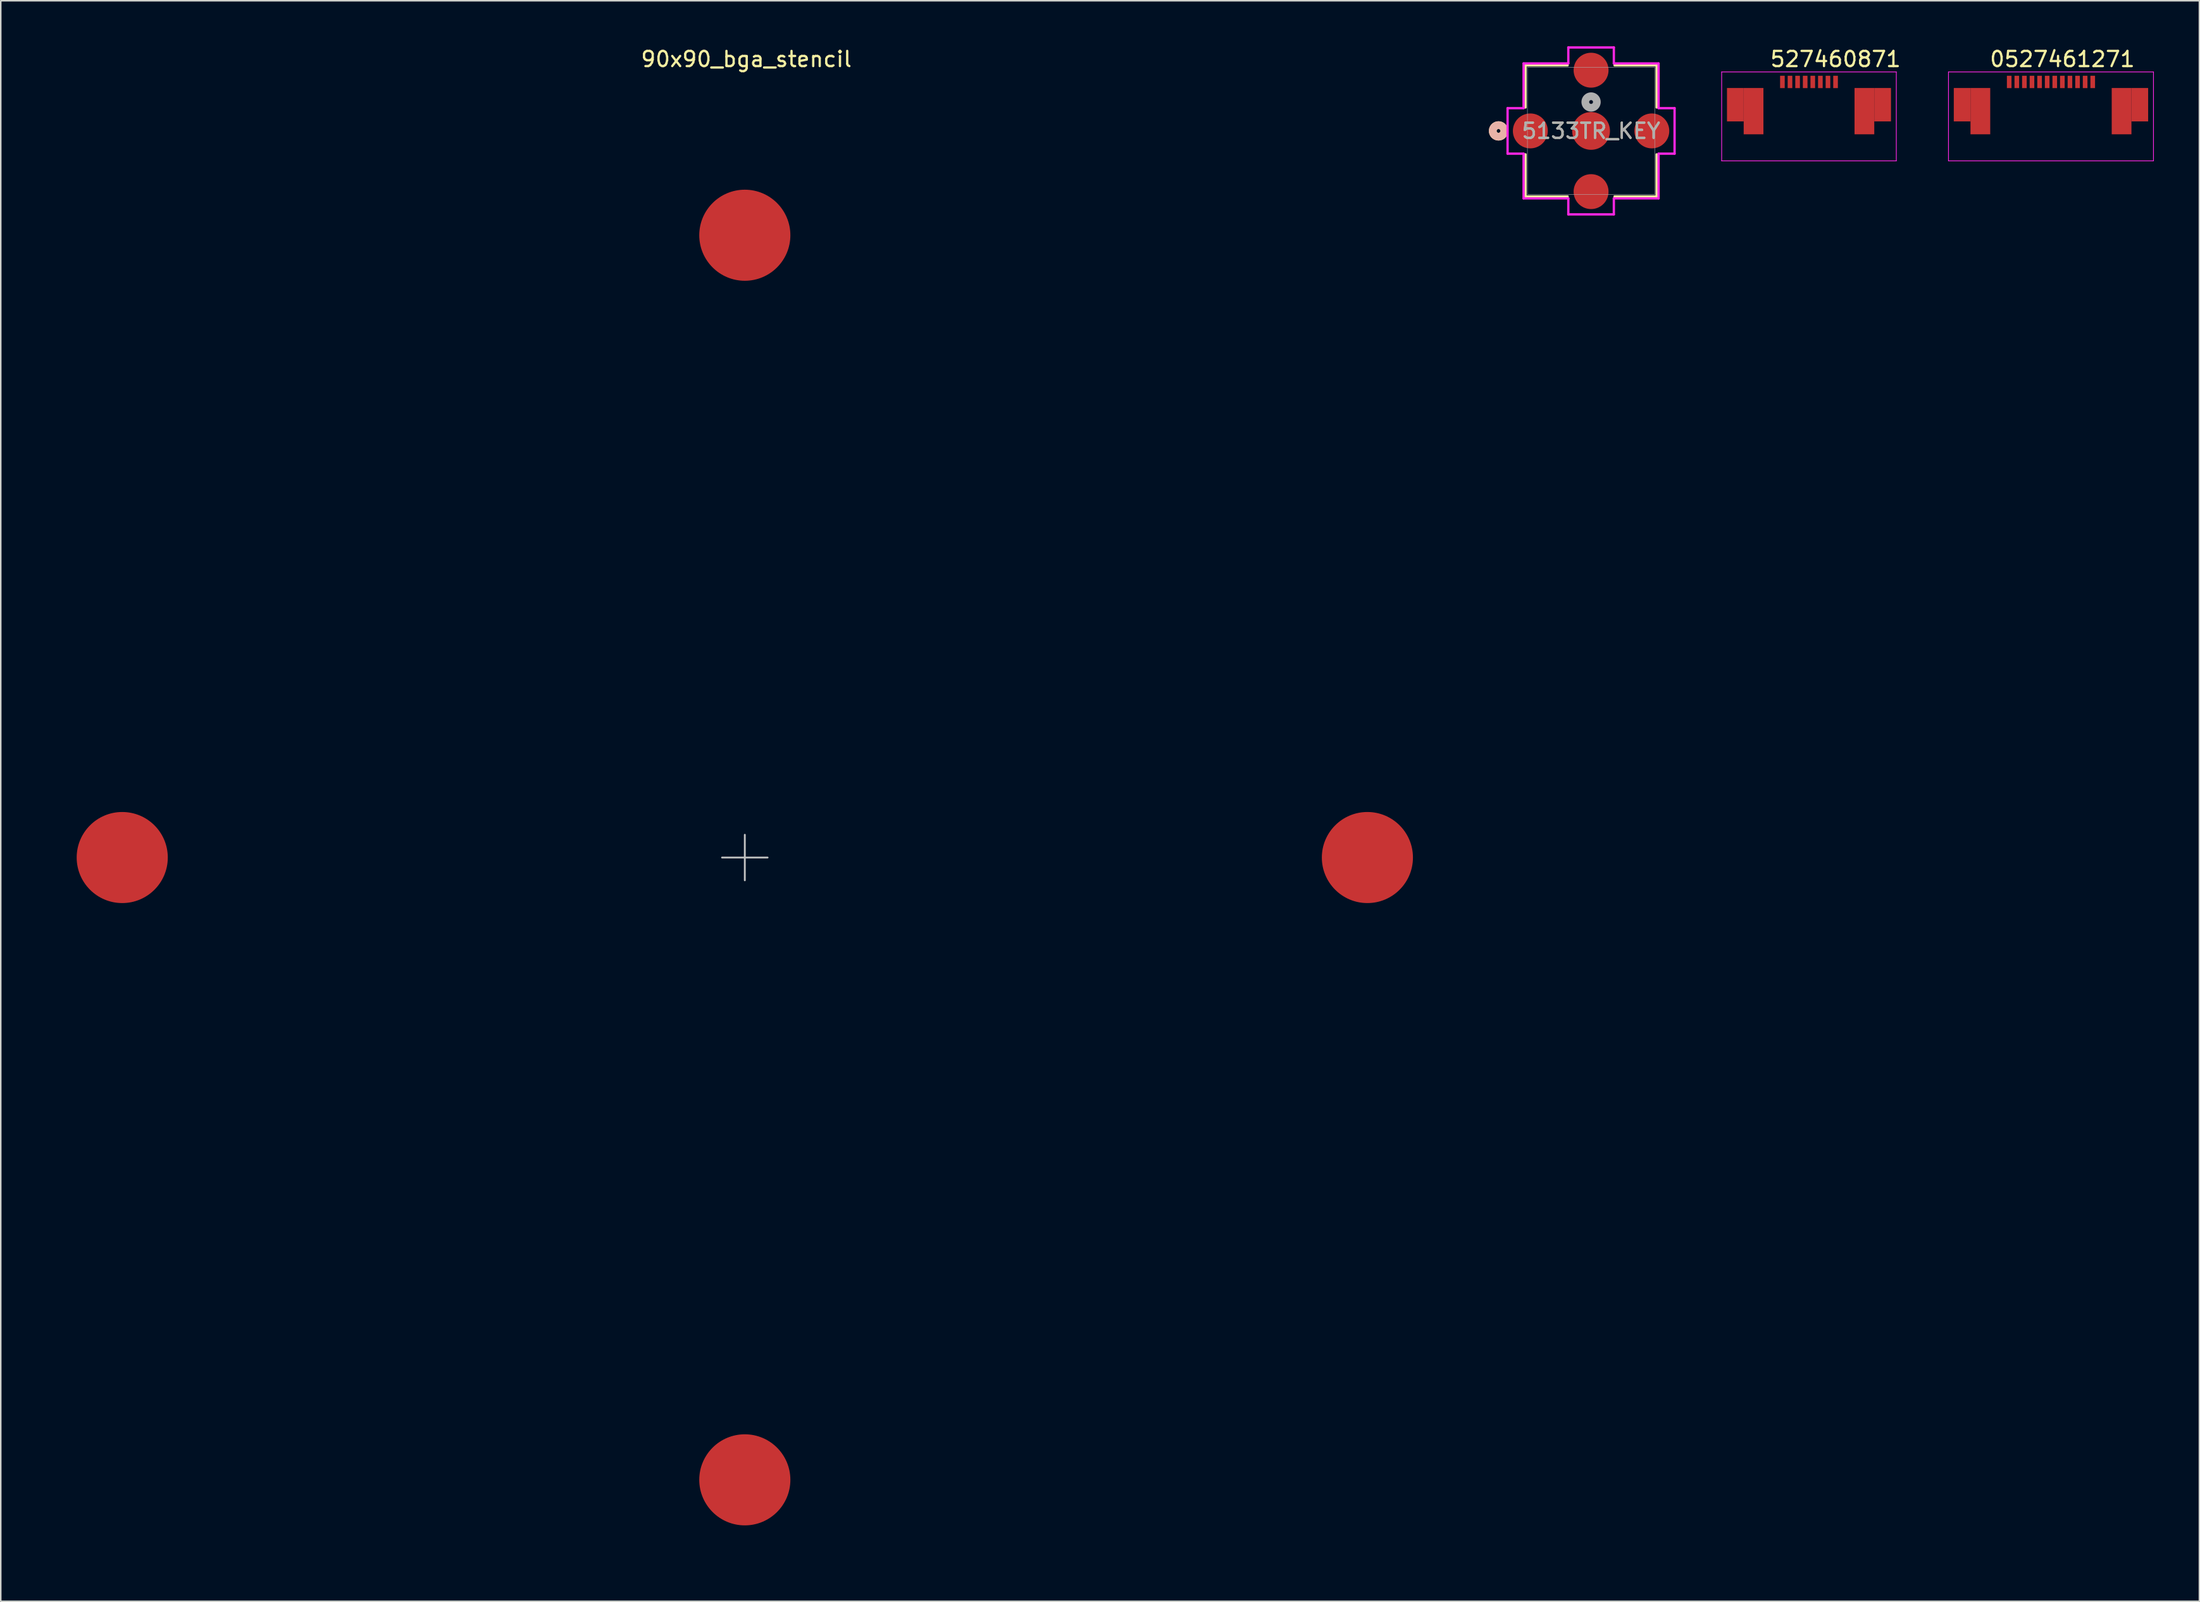
<source format=kicad_pcb>
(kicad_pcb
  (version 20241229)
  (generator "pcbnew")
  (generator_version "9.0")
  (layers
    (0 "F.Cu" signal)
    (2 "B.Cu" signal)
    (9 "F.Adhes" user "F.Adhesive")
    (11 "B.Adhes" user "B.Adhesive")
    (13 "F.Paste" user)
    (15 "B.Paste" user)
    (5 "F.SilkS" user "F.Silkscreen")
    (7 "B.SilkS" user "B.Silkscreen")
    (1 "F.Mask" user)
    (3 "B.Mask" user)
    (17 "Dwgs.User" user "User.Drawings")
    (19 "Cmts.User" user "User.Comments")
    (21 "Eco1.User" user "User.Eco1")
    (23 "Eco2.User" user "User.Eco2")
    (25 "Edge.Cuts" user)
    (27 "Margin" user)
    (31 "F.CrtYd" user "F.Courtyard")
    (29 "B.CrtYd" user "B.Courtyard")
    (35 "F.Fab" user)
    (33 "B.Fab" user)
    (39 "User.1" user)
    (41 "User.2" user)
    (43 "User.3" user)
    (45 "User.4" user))
  (footprint "527460871"
    (layer "F.Cu")
    (at 114.331 2.348)
    (property "Reference" "527460871" (at 3.5 -1.5 0) (layer "F.SilkS") (effects (font (size 1 1) (thickness 0.15))))
    (attr smd)
    (fp_line (start -4 -0.66) (end -4 5.2) (stroke (width 0.05) (type solid)) (layer "F.CrtYd"))
    (fp_line (start -4 5.2) (end 7.5 5.2) (stroke (width 0.05) (type solid)) (layer "F.CrtYd"))
    (fp_line (start 7.5 -0.66) (end -4 -0.66) (stroke (width 0.05) (type solid)) (layer "F.CrtYd"))
    (fp_line (start 7.5 5.2) (end 7.5 -0.66) (stroke (width 0.05) (type solid)) (layer "F.CrtYd"))
    (pad "1" smd rect (at 0.000001 0) (size 0.305 0.813) (layers "F.Cu" "F.Mask" "F.Paste"))
    (pad "2" smd rect (at 0.5 0) (size 0.305 0.813) (layers "F.Cu" "F.Mask" "F.Paste"))
    (pad "3" smd rect (at 1 0) (size 0.305 0.813) (layers "F.Cu" "F.Mask" "F.Paste"))
    (pad "4" smd rect (at 1.5 0) (size 0.305 0.813) (layers "F.Cu" "F.Mask" "F.Paste"))
    (pad "5" smd rect (at 2 0) (size 0.305 0.813) (layers "F.Cu" "F.Mask" "F.Paste"))
    (pad "6" smd rect (at 2.5 0) (size 0.305 0.813) (layers "F.Cu" "F.Mask" "F.Paste"))
    (pad "7" smd rect (at 3 0) (size 0.305 0.813) (layers "F.Cu" "F.Mask" "F.Paste"))
    (pad "8" smd rect (at 3.5 0) (size 0.305 0.813) (layers "F.Cu" "F.Mask" "F.Paste"))
    (pad "MP1" smd rect (at -3.1 1.5) (size 1.1 2.2) (layers "F.Cu" "F.Mask" "F.Paste"))
    (pad "MP1" smd rect (at -1.9 1.925) (size 1.3 3.05) (layers "F.Cu" "F.Mask" "F.Paste"))
    (pad "MP2" smd rect (at 5.4 1.925) (size 1.3 3.05) (layers "F.Cu" "F.Mask" "F.Paste"))
    (pad "MP2" smd rect (at 6.6 1.5) (size 1.1 2.2) (layers "F.Cu" "F.Mask" "F.Paste")))
  (footprint "0527461271"
    (layer "F.Cu")
    (at 129.267 2.348)
    (property "Reference" "0527461271" (at 3.5 -1.5 0) (layer "F.SilkS") (effects (font (size 1 1) (thickness 0.15))))
    (attr smd)
    (fp_line (start -4 -0.66) (end -4 5.2) (stroke (width 0.05) (type solid)) (layer "F.CrtYd"))
    (fp_line (start -4 5.2) (end 9.5 5.2) (stroke (width 0.05) (type solid)) (layer "F.CrtYd"))
    (fp_line (start 9.5 -0.66) (end -4 -0.66) (stroke (width 0.05) (type solid)) (layer "F.CrtYd"))
    (fp_line (start 9.5 5.2) (end 9.5 -0.66) (stroke (width 0.05) (type solid)) (layer "F.CrtYd"))
    (pad "1" smd rect (at 0.000001 0) (size 0.305 0.813) (layers "F.Cu" "F.Mask" "F.Paste"))
    (pad "2" smd rect (at 0.5 0) (size 0.305 0.813) (layers "F.Cu" "F.Mask" "F.Paste"))
    (pad "3" smd rect (at 1 0) (size 0.305 0.813) (layers "F.Cu" "F.Mask" "F.Paste"))
    (pad "4" smd rect (at 1.5 0) (size 0.305 0.813) (layers "F.Cu" "F.Mask" "F.Paste"))
    (pad "5" smd rect (at 2 0) (size 0.305 0.813) (layers "F.Cu" "F.Mask" "F.Paste"))
    (pad "6" smd rect (at 2.5 0) (size 0.305 0.813) (layers "F.Cu" "F.Mask" "F.Paste"))
    (pad "7" smd rect (at 3 0) (size 0.305 0.813) (layers "F.Cu" "F.Mask" "F.Paste"))
    (pad "8" smd rect (at 3.5 0) (size 0.305 0.813) (layers "F.Cu" "F.Mask" "F.Paste"))
    (pad "9" smd rect (at 4 0) (size 0.305 0.813) (layers "F.Cu" "F.Mask" "F.Paste"))
    (pad "10" smd rect (at 4.5 0) (size 0.305 0.813) (layers "F.Cu" "F.Mask" "F.Paste"))
    (pad "11" smd rect (at 5 0) (size 0.305 0.813) (layers "F.Cu" "F.Mask" "F.Paste"))
    (pad "12" smd rect (at 5.5 0) (size 0.305 0.813) (layers "F.Cu" "F.Mask" "F.Paste"))
    (pad "MP1" smd rect (at -3.1 1.5) (size 1.1 2.2) (layers "F.Cu" "F.Mask" "F.Paste"))
    (pad "MP1" smd rect (at -1.9 1.925) (size 1.3 3.05) (layers "F.Cu" "F.Mask" "F.Paste"))
    (pad "MP2" smd rect (at 7.4 1.925) (size 1.3 3.05) (layers "F.Cu" "F.Mask" "F.Paste"))
    (pad "MP2" smd rect (at 8.6 1.5) (size 1.1 2.2) (layers "F.Cu" "F.Mask" "F.Paste")))
  (footprint "5133TR_KEY"
    (layer "F.Cu")
    (at 101.731 5.575)
    (property "Reference" "5133TR_KEY" (at 0 0 0) (unlocked yes) (layer "F.SilkS") (effects (font (size 1 1) (thickness 0.15))))
    (attr smd)
    (fp_line (start -4.318 -4.318) (end -4.318 -1.545) (stroke (width 0.152) (type solid)) (layer "F.SilkS"))
    (fp_line (start -4.318 1.545) (end -4.318 4.318) (stroke (width 0.152) (type solid)) (layer "F.SilkS"))
    (fp_line (start -4.318 4.318) (end -1.545 4.318) (stroke (width 0.152) (type solid)) (layer "F.SilkS"))
    (fp_line (start -1.545 -4.318) (end -4.318 -4.318) (stroke (width 0.152) (type solid)) (layer "F.SilkS"))
    (fp_line (start 1.545 4.318) (end 4.318 4.318) (stroke (width 0.152) (type solid)) (layer "F.SilkS"))
    (fp_line (start 4.318 -4.318) (end 1.545 -4.318) (stroke (width 0.152) (type solid)) (layer "F.SilkS"))
    (fp_line (start 4.318 -1.545) (end 4.318 -4.318) (stroke (width 0.152) (type solid)) (layer "F.SilkS"))
    (fp_line (start 4.318 4.318) (end 4.318 1.545) (stroke (width 0.152) (type solid)) (layer "F.SilkS"))
    (fp_arc (start -5.748645 0.156542) (mid -6.477 0) (end -5.748645 -0.156542) (stroke (width 0.508) (type solid)) (layer "F.SilkS"))
    (fp_circle (center -6.096 0) (end -5.715 0) (stroke (width 0.508) (type solid)) (fill no) (layer "B.SilkS"))
    (fp_line (start -5.499 -1.499) (end -5.499 1.499) (stroke (width 0.152) (type solid)) (layer "F.CrtYd"))
    (fp_line (start -5.499 1.499) (end -4.445 1.499) (stroke (width 0.152) (type solid)) (layer "F.CrtYd"))
    (fp_line (start -4.445 -4.445) (end -4.445 -1.499) (stroke (width 0.152) (type solid)) (layer "F.CrtYd"))
    (fp_line (start -4.445 -1.499) (end -5.499 -1.499) (stroke (width 0.152) (type solid)) (layer "F.CrtYd"))
    (fp_line (start -4.445 1.499) (end -4.445 4.445) (stroke (width 0.152) (type solid)) (layer "F.CrtYd"))
    (fp_line (start -4.445 4.445) (end -1.499 4.445) (stroke (width 0.152) (type solid)) (layer "F.CrtYd"))
    (fp_line (start -1.499 -5.499) (end -1.499 -4.445) (stroke (width 0.152) (type solid)) (layer "F.CrtYd"))
    (fp_line (start -1.499 -4.445) (end -4.445 -4.445) (stroke (width 0.152) (type solid)) (layer "F.CrtYd"))
    (fp_line (start -1.499 4.445) (end -1.499 5.499) (stroke (width 0.152) (type solid)) (layer "F.CrtYd"))
    (fp_line (start -1.499 5.499) (end 1.499 5.499) (stroke (width 0.152) (type solid)) (layer "F.CrtYd"))
    (fp_line (start 1.499 -5.499) (end -1.499 -5.499) (stroke (width 0.152) (type solid)) (layer "F.CrtYd"))
    (fp_line (start 1.499 -4.445) (end 1.499 -5.499) (stroke (width 0.152) (type solid)) (layer "F.CrtYd"))
    (fp_line (start 1.499 4.445) (end 4.445 4.445) (stroke (width 0.152) (type solid)) (layer "F.CrtYd"))
    (fp_line (start 1.499 5.499) (end 1.499 4.445) (stroke (width 0.152) (type solid)) (layer "F.CrtYd"))
    (fp_line (start 4.445 -4.445) (end 1.499 -4.445) (stroke (width 0.152) (type solid)) (layer "F.CrtYd"))
    (fp_line (start 4.445 -1.499) (end 4.445 -4.445) (stroke (width 0.152) (type solid)) (layer "F.CrtYd"))
    (fp_line (start 4.445 1.499) (end 5.499 1.499) (stroke (width 0.152) (type solid)) (layer "F.CrtYd"))
    (fp_line (start 4.445 4.445) (end 4.445 1.499) (stroke (width 0.152) (type solid)) (layer "F.CrtYd"))
    (fp_line (start 5.499 -1.499) (end 4.445 -1.499) (stroke (width 0.152) (type solid)) (layer "F.CrtYd"))
    (fp_line (start 5.499 1.499) (end 5.499 -1.499) (stroke (width 0.152) (type solid)) (layer "F.CrtYd"))
    (fp_line (start -4.191 -4.191) (end -4.191 4.191) (stroke (width 0.025) (type solid)) (layer "F.Fab"))
    (fp_line (start -4.191 4.191) (end 4.191 4.191) (stroke (width 0.025) (type solid)) (layer "F.Fab"))
    (fp_line (start 4.191 -4.191) (end -4.191 -4.191) (stroke (width 0.025) (type solid)) (layer "F.Fab"))
    (fp_line (start 4.191 4.191) (end 4.191 -4.191) (stroke (width 0.025) (type solid)) (layer "F.Fab"))
    (fp_circle (center 0 -1.905) (end 0.381 -1.905) (stroke (width 0.508) (type solid)) (fill no) (layer "F.Fab"))
    (fp_text user "${REFERENCE}" (at 0 0 0) (unlocked yes) (layer "F.Fab") (effects (font (size 1 1) (thickness 0.15))))
    (pad "1" smd circle (at 0 0) (size 2.489 2.489) (layers "F.Cu" "F.Mask" "F.Paste"))
    (pad "2" smd circle (at -4 0) (size 2.3 2.3) (layers "F.Cu" "F.Mask" "F.Paste"))
    (pad "2" smd circle (at 0 -4) (size 2.3 2.3) (layers "F.Cu" "F.Mask" "F.Paste"))
    (pad "2" smd circle (at 0 4) (size 2.3 2.3) (layers "F.Cu" "F.Mask" "F.Paste"))
    (pad "2" smd circle (at 4 0) (size 2.3 2.3) (layers "F.Cu" "F.Mask" "F.Paste")))
  (footprint "90x90_bga_stencil"
    (layer "F.Cu")
    (at 46 53.448)
    (property "Reference" "90x90_bga_stencil" (at 0.1 -52.6 0) (unlocked yes) (layer "F.SilkS") (effects (font (size 1 1) (thickness 0.15))))
    (attr smd)
    (fp_line (start -45.5 -42.5) (end -45.5 -1.5) (stroke (width 1) (type default)) (layer "F.Paste"))
    (fp_line (start -45.5 42.5) (end -45.5 1.5) (stroke (width 1) (type default)) (layer "F.Paste"))
    (fp_line (start -42.5 -45.5) (end -1.5 -45.5) (stroke (width 1) (type default)) (layer "F.Paste"))
    (fp_line (start -42.5 45.5) (end -1.5 45.5) (stroke (width 1) (type default)) (layer "F.Paste"))
    (fp_line (start 42.5 -45.5) (end 1.5 -45.5) (stroke (width 1) (type default)) (layer "F.Paste"))
    (fp_line (start 42.5 45.5) (end 1.5 45.5) (stroke (width 1) (type default)) (layer "F.Paste"))
    (fp_line (start 45.5 -42.5) (end 45.5 -1.5) (stroke (width 1) (type default)) (layer "F.Paste"))
    (fp_line (start 45.5 42.5) (end 45.5 1.5) (stroke (width 1) (type default)) (layer "F.Paste"))
    (fp_arc (start -45.5 -42.5) (mid -44.62132 -44.62132) (end -42.5 -45.5) (stroke (width 1) (type default)) (layer "F.Paste"))
    (fp_arc (start -42.500001 45.500001) (mid -44.621321 44.621321) (end -45.500001 42.500001) (stroke (width 1) (type default)) (layer "F.Paste"))
    (fp_arc (start 42.500001 -45.500001) (mid 44.621321 -44.621321) (end 45.500001 -42.500001) (stroke (width 1) (type default)) (layer "F.Paste"))
    (fp_arc (start 45.500001 42.500001) (mid 44.621321 44.621321) (end 42.500001 45.500001) (stroke (width 1) (type default)) (layer "F.Paste"))
    (fp_line (start -1.5 0) (end 1.5 0) (stroke (width 0.12) (type default)) (layer "Dwgs.User"))
    (fp_line (start 0 1.5) (end 0 -1.5) (stroke (width 0.12) (type default)) (layer "Dwgs.User"))
    (pad "1" smd circle (at -41 0) (size 6 6) (layers "F.Cu" "F.Mask" "F.Paste"))
    (pad "1" smd circle (at 0 -41) (size 6 6) (layers "F.Cu" "F.Mask" "F.Paste"))
    (pad "1" smd circle (at 0 41) (size 6 6) (layers "F.Cu" "F.Mask" "F.Paste"))
    (pad "1" smd circle (at 41 0) (size 6 6) (layers "F.Cu" "F.Mask" "F.Paste")))
  (gr_rect
    (start -3 -3)
    (end 141.792 102.448)
    (stroke (width 0.1) (type default))
    (fill no)
    (layer "Edge.Cuts")))
</source>
